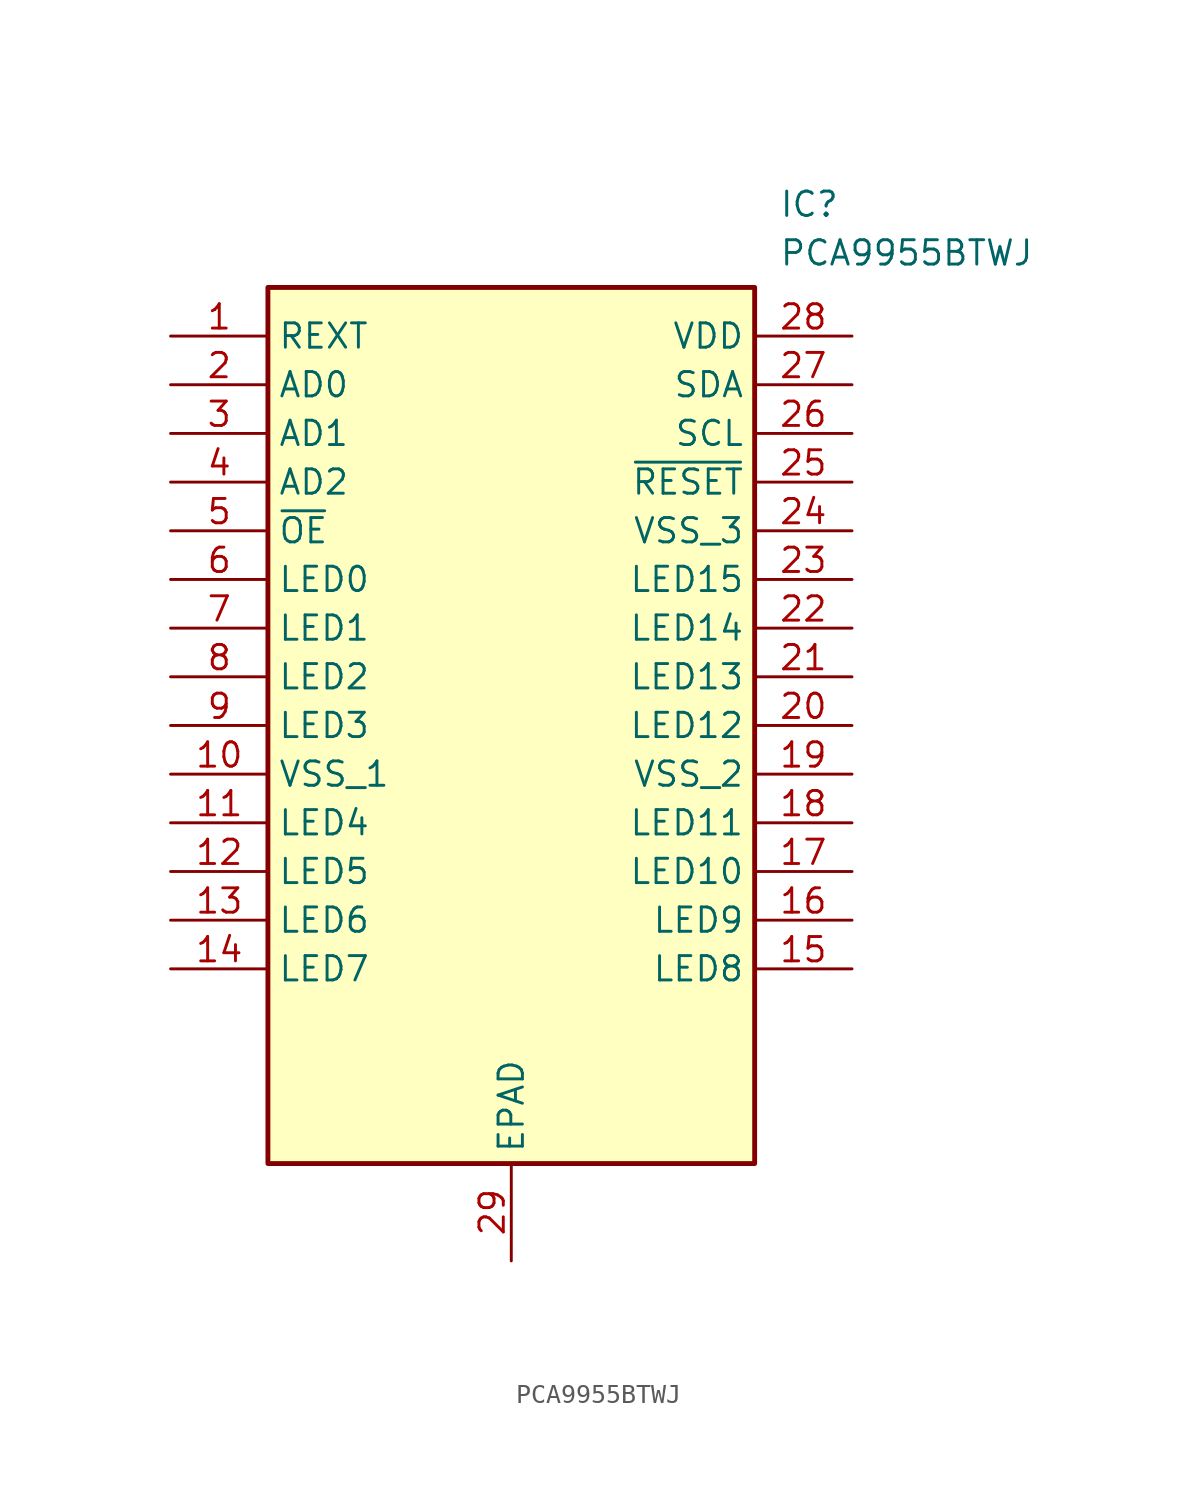
<source format=kicad_sym>
(kicad_symbol_lib
  (version 20241209)
  (generator "kicad_symbol_editor")
  (generator_version "9.0")
  (symbol "PCA9955BTWJ"
    (property "Reference" "IC"
      (at 31.75 7.62 0)
      (effects (font (size 1.27 1.27)) (justify left top)))
    (property "Value" "PCA9955BTWJ"
      (at 31.75 5.08 0)
      (effects (font (size 1.27 1.27)) (justify left top)))
    (symbol "PCA9955BTWJ_1_1"
      (rectangle (start 5.08 2.54) (end 30.48 -43.18) (stroke (width 0.254) (type default)) (fill (type background)))
      (pin input line (at 0 0 0) (length 5.08) (name "REXT" (effects (font (size 1.27 1.27)))) (number "1" (effects (font (size 1.27 1.27)))))
      (pin input line (at 0 -2.54 0) (length 5.08) (name "AD0" (effects (font (size 1.27 1.27)))) (number "2" (effects (font (size 1.27 1.27)))))
      (pin input line (at 0 -5.08 0) (length 5.08) (name "AD1" (effects (font (size 1.27 1.27)))) (number "3" (effects (font (size 1.27 1.27)))))
      (pin input line (at 0 -7.62 0) (length 5.08) (name "AD2" (effects (font (size 1.27 1.27)))) (number "4" (effects (font (size 1.27 1.27)))))
      (pin input line (at 0 -10.16 0) (length 5.08) (name "~{OE}" (effects (font (size 1.27 1.27)))) (number "5" (effects (font (size 1.27 1.27)))))
      (pin output line (at 0 -12.7 0) (length 5.08) (name "LED0" (effects (font (size 1.27 1.27)))) (number "6" (effects (font (size 1.27 1.27)))))
      (pin output line (at 0 -15.24 0) (length 5.08) (name "LED1" (effects (font (size 1.27 1.27)))) (number "7" (effects (font (size 1.27 1.27)))))
      (pin output line (at 0 -17.78 0) (length 5.08) (name "LED2" (effects (font (size 1.27 1.27)))) (number "8" (effects (font (size 1.27 1.27)))))
      (pin output line (at 0 -20.32 0) (length 5.08) (name "LED3" (effects (font (size 1.27 1.27)))) (number "9" (effects (font (size 1.27 1.27)))))
      (pin power_in line (at 0 -22.86 0) (length 5.08) (name "VSS_1" (effects (font (size 1.27 1.27)))) (number "10" (effects (font (size 1.27 1.27)))))
      (pin output line (at 0 -25.4 0) (length 5.08) (name "LED4" (effects (font (size 1.27 1.27)))) (number "11" (effects (font (size 1.27 1.27)))))
      (pin output line (at 0 -27.94 0) (length 5.08) (name "LED5" (effects (font (size 1.27 1.27)))) (number "12" (effects (font (size 1.27 1.27)))))
      (pin output line (at 0 -30.48 0) (length 5.08) (name "LED6" (effects (font (size 1.27 1.27)))) (number "13" (effects (font (size 1.27 1.27)))))
      (pin output line (at 0 -33.02 0) (length 5.08) (name "LED7" (effects (font (size 1.27 1.27)))) (number "14" (effects (font (size 1.27 1.27)))))
      (pin power_in line (at 17.78 -48.26 90) (length 5.08) (name "EPAD" (effects (font (size 1.27 1.27)))) (number "29" (effects (font (size 1.27 1.27)))))
      (pin power_in line (at 35.56 0 180) (length 5.08) (name "VDD" (effects (font (size 1.27 1.27)))) (number "28" (effects (font (size 1.27 1.27)))))
      (pin bidirectional line (at 35.56 -2.54 180) (length 5.08) (name "SDA" (effects (font (size 1.27 1.27)))) (number "27" (effects (font (size 1.27 1.27)))))
      (pin input line (at 35.56 -5.08 180) (length 5.08) (name "SCL" (effects (font (size 1.27 1.27)))) (number "26" (effects (font (size 1.27 1.27)))))
      (pin input line (at 35.56 -7.62 180) (length 5.08) (name "~{RESET}" (effects (font (size 1.27 1.27)))) (number "25" (effects (font (size 1.27 1.27)))))
      (pin power_in line (at 35.56 -10.16 180) (length 5.08) (name "VSS_3" (effects (font (size 1.27 1.27)))) (number "24" (effects (font (size 1.27 1.27)))))
      (pin output line (at 35.56 -12.7 180) (length 5.08) (name "LED15" (effects (font (size 1.27 1.27)))) (number "23" (effects (font (size 1.27 1.27)))))
      (pin output line (at 35.56 -15.24 180) (length 5.08) (name "LED14" (effects (font (size 1.27 1.27)))) (number "22" (effects (font (size 1.27 1.27)))))
      (pin output line (at 35.56 -17.78 180) (length 5.08) (name "LED13" (effects (font (size 1.27 1.27)))) (number "21" (effects (font (size 1.27 1.27)))))
      (pin output line (at 35.56 -20.32 180) (length 5.08) (name "LED12" (effects (font (size 1.27 1.27)))) (number "20" (effects (font (size 1.27 1.27)))))
      (pin power_in line (at 35.56 -22.86 180) (length 5.08) (name "VSS_2" (effects (font (size 1.27 1.27)))) (number "19" (effects (font (size 1.27 1.27)))))
      (pin output line (at 35.56 -25.4 180) (length 5.08) (name "LED11" (effects (font (size 1.27 1.27)))) (number "18" (effects (font (size 1.27 1.27)))))
      (pin output line (at 35.56 -27.94 180) (length 5.08) (name "LED10" (effects (font (size 1.27 1.27)))) (number "17" (effects (font (size 1.27 1.27)))))
      (pin output line (at 35.56 -30.48 180) (length 5.08) (name "LED9" (effects (font (size 1.27 1.27)))) (number "16" (effects (font (size 1.27 1.27)))))
      (pin output line (at 35.56 -33.02 180) (length 5.08) (name "LED8" (effects (font (size 1.27 1.27)))) (number "15" (effects (font (size 1.27 1.27))))))))
</source>
